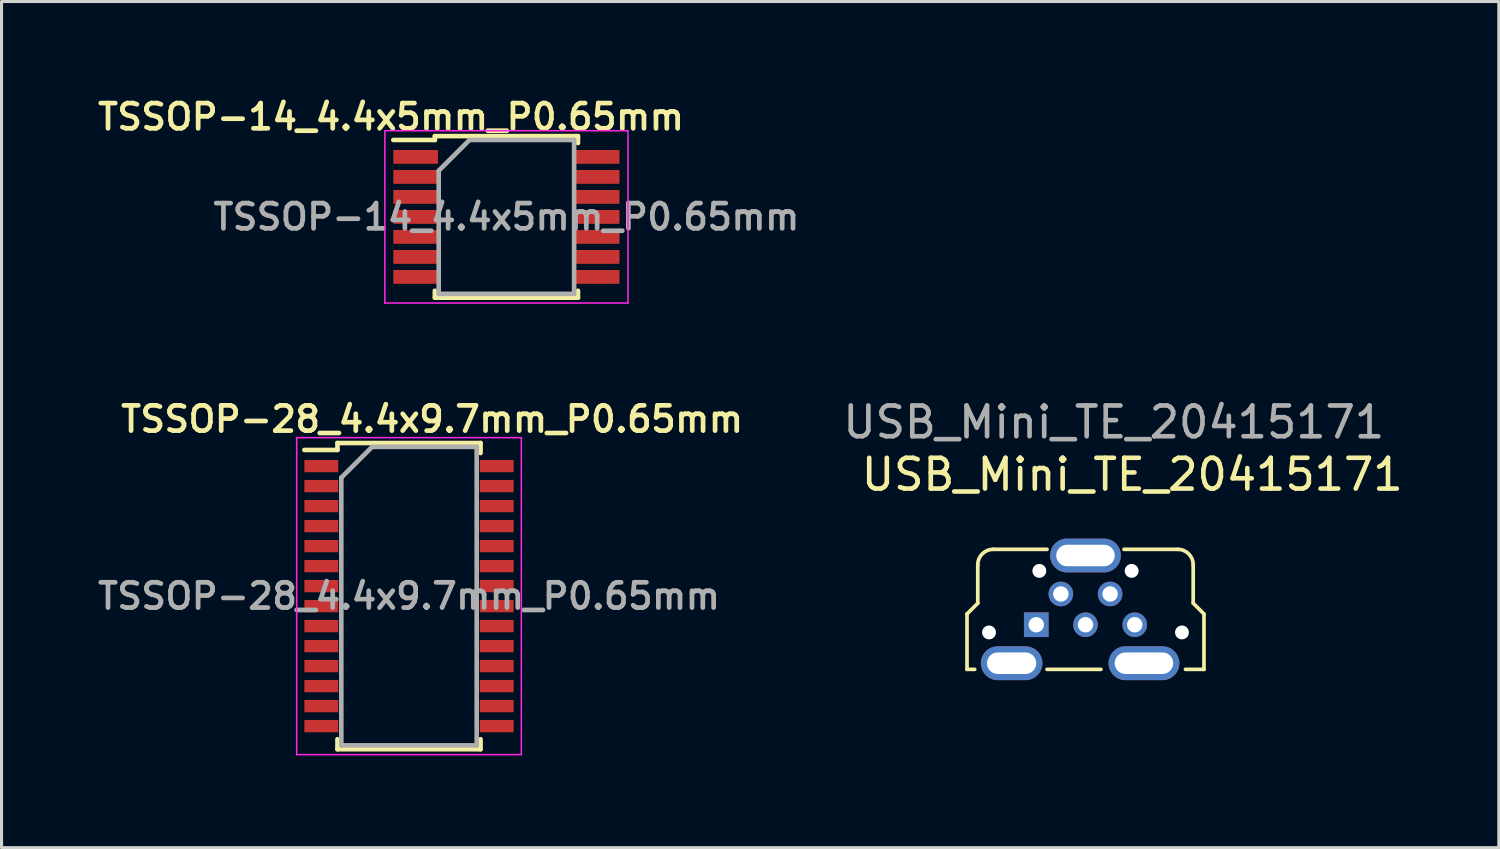
<source format=kicad_pcb>
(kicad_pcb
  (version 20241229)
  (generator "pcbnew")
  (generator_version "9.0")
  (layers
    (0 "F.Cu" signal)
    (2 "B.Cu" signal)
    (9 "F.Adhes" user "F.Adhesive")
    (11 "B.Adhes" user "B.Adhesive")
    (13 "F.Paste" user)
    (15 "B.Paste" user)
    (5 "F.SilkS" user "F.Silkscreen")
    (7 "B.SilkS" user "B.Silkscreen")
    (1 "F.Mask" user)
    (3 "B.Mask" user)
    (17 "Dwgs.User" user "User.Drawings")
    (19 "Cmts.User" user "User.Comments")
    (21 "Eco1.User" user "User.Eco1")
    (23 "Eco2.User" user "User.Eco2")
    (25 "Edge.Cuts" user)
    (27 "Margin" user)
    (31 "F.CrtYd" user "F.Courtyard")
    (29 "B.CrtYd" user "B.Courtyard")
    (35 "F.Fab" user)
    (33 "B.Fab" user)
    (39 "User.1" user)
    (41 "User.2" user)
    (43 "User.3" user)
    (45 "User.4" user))
  (footprint "TSSOP-28_4.4x9.7mm_P0.65mm"
    (layer "F.Cu")
    (at 10.241 16.321)
    (property "Reference" "TSSOP-28_4.4x9.7mm_P0.65mm" (at 0.75 -5.75 0) (layer "F.SilkS") (effects (font (size 0.82 0.82) (thickness 0.153))))
    (attr smd)
    (fp_line (start -2.325 -4.975) (end -2.325 -4.75) (stroke (width 0.15) (type solid)) (layer "F.SilkS"))
    (fp_line (start -2.325 -4.975) (end 2.325 -4.975) (stroke (width 0.15) (type solid)) (layer "F.SilkS"))
    (fp_line (start -2.325 -4.75) (end -3.4 -4.75) (stroke (width 0.15) (type solid)) (layer "F.SilkS"))
    (fp_line (start -2.325 4.975) (end -2.325 4.65) (stroke (width 0.15) (type solid)) (layer "F.SilkS"))
    (fp_line (start -2.325 4.975) (end 2.325 4.975) (stroke (width 0.15) (type solid)) (layer "F.SilkS"))
    (fp_line (start 2.325 -4.975) (end 2.325 -4.65) (stroke (width 0.15) (type solid)) (layer "F.SilkS"))
    (fp_line (start 2.325 4.975) (end 2.325 4.65) (stroke (width 0.15) (type solid)) (layer "F.SilkS"))
    (fp_line (start -3.65 -5.15) (end -3.65 5.15) (stroke (width 0.05) (type solid)) (layer "F.CrtYd"))
    (fp_line (start -3.65 -5.15) (end 3.65 -5.15) (stroke (width 0.05) (type solid)) (layer "F.CrtYd"))
    (fp_line (start -3.65 5.15) (end 3.65 5.15) (stroke (width 0.05) (type solid)) (layer "F.CrtYd"))
    (fp_line (start 3.65 -5.15) (end 3.65 5.15) (stroke (width 0.05) (type solid)) (layer "F.CrtYd"))
    (fp_line (start -2.2 -3.85) (end -1.2 -4.85) (stroke (width 0.15) (type solid)) (layer "F.Fab"))
    (fp_line (start -2.2 4.85) (end -2.2 -3.85) (stroke (width 0.15) (type solid)) (layer "F.Fab"))
    (fp_line (start -1.2 -4.85) (end 2.2 -4.85) (stroke (width 0.15) (type solid)) (layer "F.Fab"))
    (fp_line (start 2.2 -4.85) (end 2.2 4.85) (stroke (width 0.15) (type solid)) (layer "F.Fab"))
    (fp_line (start 2.2 4.85) (end -2.2 4.85) (stroke (width 0.15) (type solid)) (layer "F.Fab"))
    (fp_text user "${REFERENCE}" (at 0 0 0) (layer "F.Fab") (effects (font (size 0.82 0.82) (thickness 0.153))))
    (pad "1" smd rect (at -2.85 -4.225) (size 1.1 0.4) (layers "F.Cu" "F.Mask" "F.Paste"))
    (pad "2" smd rect (at -2.85 -3.575) (size 1.1 0.4) (layers "F.Cu" "F.Mask" "F.Paste"))
    (pad "3" smd rect (at -2.85 -2.925) (size 1.1 0.4) (layers "F.Cu" "F.Mask" "F.Paste"))
    (pad "4" smd rect (at -2.85 -2.275) (size 1.1 0.4) (layers "F.Cu" "F.Mask" "F.Paste"))
    (pad "5" smd rect (at -2.85 -1.625) (size 1.1 0.4) (layers "F.Cu" "F.Mask" "F.Paste"))
    (pad "6" smd rect (at -2.85 -0.975) (size 1.1 0.4) (layers "F.Cu" "F.Mask" "F.Paste"))
    (pad "7" smd rect (at -2.85 -0.325) (size 1.1 0.4) (layers "F.Cu" "F.Mask" "F.Paste"))
    (pad "8" smd rect (at -2.85 0.325) (size 1.1 0.4) (layers "F.Cu" "F.Mask" "F.Paste"))
    (pad "9" smd rect (at -2.85 0.975) (size 1.1 0.4) (layers "F.Cu" "F.Mask" "F.Paste"))
    (pad "10" smd rect (at -2.85 1.625) (size 1.1 0.4) (layers "F.Cu" "F.Mask" "F.Paste"))
    (pad "11" smd rect (at -2.85 2.275) (size 1.1 0.4) (layers "F.Cu" "F.Mask" "F.Paste"))
    (pad "12" smd rect (at -2.85 2.925) (size 1.1 0.4) (layers "F.Cu" "F.Mask" "F.Paste"))
    (pad "13" smd rect (at -2.85 3.575) (size 1.1 0.4) (layers "F.Cu" "F.Mask" "F.Paste"))
    (pad "14" smd rect (at -2.85 4.225) (size 1.1 0.4) (layers "F.Cu" "F.Mask" "F.Paste"))
    (pad "15" smd rect (at 2.85 4.225) (size 1.1 0.4) (layers "F.Cu" "F.Mask" "F.Paste"))
    (pad "16" smd rect (at 2.85 3.575) (size 1.1 0.4) (layers "F.Cu" "F.Mask" "F.Paste"))
    (pad "17" smd rect (at 2.85 2.925) (size 1.1 0.4) (layers "F.Cu" "F.Mask" "F.Paste"))
    (pad "18" smd rect (at 2.85 2.275) (size 1.1 0.4) (layers "F.Cu" "F.Mask" "F.Paste"))
    (pad "19" smd rect (at 2.85 1.625) (size 1.1 0.4) (layers "F.Cu" "F.Mask" "F.Paste"))
    (pad "20" smd rect (at 2.85 0.975) (size 1.1 0.4) (layers "F.Cu" "F.Mask" "F.Paste"))
    (pad "21" smd rect (at 2.85 0.325) (size 1.1 0.4) (layers "F.Cu" "F.Mask" "F.Paste"))
    (pad "22" smd rect (at 2.85 -0.325) (size 1.1 0.4) (layers "F.Cu" "F.Mask" "F.Paste"))
    (pad "23" smd rect (at 2.85 -0.975) (size 1.1 0.4) (layers "F.Cu" "F.Mask" "F.Paste"))
    (pad "24" smd rect (at 2.85 -1.625) (size 1.1 0.4) (layers "F.Cu" "F.Mask" "F.Paste"))
    (pad "25" smd rect (at 2.85 -2.275) (size 1.1 0.4) (layers "F.Cu" "F.Mask" "F.Paste"))
    (pad "26" smd rect (at 2.85 -2.925) (size 1.1 0.4) (layers "F.Cu" "F.Mask" "F.Paste"))
    (pad "27" smd rect (at 2.85 -3.575) (size 1.1 0.4) (layers "F.Cu" "F.Mask" "F.Paste"))
    (pad "28" smd rect (at 2.85 -4.225) (size 1.1 0.4) (layers "F.Cu" "F.Mask" "F.Paste")))
  (footprint "TSSOP-14_4.4x5mm_P0.65mm"
    (layer "F.Cu")
    (at 13.406 3.998)
    (property "Reference" "TSSOP-14_4.4x5mm_P0.65mm" (at -3.75 -3.25 0) (layer "F.SilkS") (effects (font (size 0.82 0.82) (thickness 0.153))))
    (attr smd)
    (fp_line (start -2.325 -2.625) (end -2.325 -2.5) (stroke (width 0.15) (type solid)) (layer "F.SilkS"))
    (fp_line (start -2.325 -2.625) (end 2.325 -2.625) (stroke (width 0.15) (type solid)) (layer "F.SilkS"))
    (fp_line (start -2.325 -2.5) (end -3.675 -2.5) (stroke (width 0.15) (type solid)) (layer "F.SilkS"))
    (fp_line (start -2.325 2.625) (end -2.325 2.4) (stroke (width 0.15) (type solid)) (layer "F.SilkS"))
    (fp_line (start -2.325 2.625) (end 2.325 2.625) (stroke (width 0.15) (type solid)) (layer "F.SilkS"))
    (fp_line (start 2.325 -2.625) (end 2.325 -2.4) (stroke (width 0.15) (type solid)) (layer "F.SilkS"))
    (fp_line (start 2.325 2.625) (end 2.325 2.4) (stroke (width 0.15) (type solid)) (layer "F.SilkS"))
    (fp_line (start -3.95 -2.8) (end -3.95 2.8) (stroke (width 0.05) (type solid)) (layer "F.CrtYd"))
    (fp_line (start -3.95 -2.8) (end 3.95 -2.8) (stroke (width 0.05) (type solid)) (layer "F.CrtYd"))
    (fp_line (start -3.95 2.8) (end 3.95 2.8) (stroke (width 0.05) (type solid)) (layer "F.CrtYd"))
    (fp_line (start 3.95 -2.8) (end 3.95 2.8) (stroke (width 0.05) (type solid)) (layer "F.CrtYd"))
    (fp_line (start -2.2 -1.5) (end -1.2 -2.5) (stroke (width 0.15) (type solid)) (layer "F.Fab"))
    (fp_line (start -2.2 2.5) (end -2.2 -1.5) (stroke (width 0.15) (type solid)) (layer "F.Fab"))
    (fp_line (start -1.2 -2.5) (end 2.2 -2.5) (stroke (width 0.15) (type solid)) (layer "F.Fab"))
    (fp_line (start 2.2 -2.5) (end 2.2 2.5) (stroke (width 0.15) (type solid)) (layer "F.Fab"))
    (fp_line (start 2.2 2.5) (end -2.2 2.5) (stroke (width 0.15) (type solid)) (layer "F.Fab"))
    (fp_text user "${REFERENCE}" (at 0 0 180) (layer "F.Fab") (effects (font (size 0.82 0.82) (thickness 0.153))))
    (pad "1" smd rect (at -2.95 -1.95) (size 1.45 0.45) (layers "F.Cu" "F.Mask" "F.Paste"))
    (pad "2" smd rect (at -2.95 -1.3) (size 1.45 0.45) (layers "F.Cu" "F.Mask" "F.Paste"))
    (pad "3" smd rect (at -2.95 -0.65) (size 1.45 0.45) (layers "F.Cu" "F.Mask" "F.Paste"))
    (pad "4" smd rect (at -2.95 0) (size 1.45 0.45) (layers "F.Cu" "F.Mask" "F.Paste"))
    (pad "5" smd rect (at -2.95 0.65) (size 1.45 0.45) (layers "F.Cu" "F.Mask" "F.Paste"))
    (pad "6" smd rect (at -2.95 1.3) (size 1.45 0.45) (layers "F.Cu" "F.Mask" "F.Paste"))
    (pad "7" smd rect (at -2.95 1.95) (size 1.45 0.45) (layers "F.Cu" "F.Mask" "F.Paste"))
    (pad "8" smd rect (at 2.95 1.95) (size 1.45 0.45) (layers "F.Cu" "F.Mask" "F.Paste"))
    (pad "9" smd rect (at 2.95 1.3) (size 1.45 0.45) (layers "F.Cu" "F.Mask" "F.Paste"))
    (pad "10" smd rect (at 2.95 0.65) (size 1.45 0.45) (layers "F.Cu" "F.Mask" "F.Paste"))
    (pad "11" smd rect (at 2.95 0) (size 1.45 0.45) (layers "F.Cu" "F.Mask" "F.Paste"))
    (pad "12" smd rect (at 2.95 -0.65) (size 1.45 0.45) (layers "F.Cu" "F.Mask" "F.Paste"))
    (pad "13" smd rect (at 2.95 -1.3) (size 1.45 0.45) (layers "F.Cu" "F.Mask" "F.Paste"))
    (pad "14" smd rect (at 2.95 -1.95) (size 1.45 0.45) (layers "F.Cu" "F.Mask" "F.Paste")))
  (footprint "USB_Mini_TE_20415171"
    (layer "F.Cu")
    (at 32.223 17.251)
    (property "Reference" "USB_Mini_TE_20415171" (at 1.52 -4.88 0) (layer "F.SilkS") (effects (font (size 1 1) (thickness 0.15))))
    (attr through_hole)
    (fp_line (start -3.85 1.45) (end -3.85 -0.35) (stroke (width 0.12) (type solid)) (layer "F.SilkS"))
    (fp_line (start -3.85 1.45) (end -3.6 1.45) (stroke (width 0.12) (type solid)) (layer "F.SilkS"))
    (fp_line (start -3.5 -1.95) (end -3.5 -0.7) (stroke (width 0.12) (type solid)) (layer "F.SilkS"))
    (fp_line (start -3.5 -0.7) (end -3.85 -0.35) (stroke (width 0.12) (type solid)) (layer "F.SilkS"))
    (fp_line (start -1.25 -2.45) (end -3 -2.45) (stroke (width 0.12) (type solid)) (layer "F.SilkS"))
    (fp_line (start -1.25 1.45) (end 0.5 1.45) (stroke (width 0.12) (type solid)) (layer "F.SilkS"))
    (fp_line (start 1.25 -2.45) (end 3 -2.45) (stroke (width 0.12) (type solid)) (layer "F.SilkS"))
    (fp_line (start 3.5 -1.95) (end 3.5 -0.7) (stroke (width 0.12) (type solid)) (layer "F.SilkS"))
    (fp_line (start 3.5 -0.7) (end 3.85 -0.35) (stroke (width 0.12) (type solid)) (layer "F.SilkS"))
    (fp_line (start 3.85 1.45) (end 3.25 1.45) (stroke (width 0.12) (type solid)) (layer "F.SilkS"))
    (fp_line (start 3.85 1.45) (end 3.85 -0.35) (stroke (width 0.12) (type solid)) (layer "F.SilkS"))
    (fp_arc (start -3.5 -1.95) (mid -3.353553 -2.303553) (end -3 -2.45) (stroke (width 0.12) (type solid)) (layer "F.SilkS"))
    (fp_arc (start 3 -2.45) (mid 3.353553 -2.303553) (end 3.5 -1.95) (stroke (width 0.12) (type solid)) (layer "F.SilkS"))
    (fp_text user "${REFERENCE}" (at 0.92 -6.58 0) (layer "F.Fab") (effects (font (size 1 1) (thickness 0.15))))
    (pad "" np_thru_hole circle (at -3.135 0.25 90) (size 0.45 0.45) (drill 0.45) (layers "*.Cu" "*.Mask"))
    (pad "" np_thru_hole circle (at -1.5 -1.75 90) (size 0.45 0.45) (drill 0.45) (layers "*.Cu" "*.Mask"))
    (pad "" np_thru_hole circle (at 1.5 -1.75 90) (size 0.45 0.45) (drill 0.45) (layers "*.Cu" "*.Mask"))
    (pad "" np_thru_hole circle (at 3.135 0.25 90) (size 0.45 0.45) (drill 0.45) (layers "*.Cu" "*.Mask"))
    (pad "1" thru_hole circle (at 1.6 0) (size 0.8 0.8) (drill 0.5) (layers "*.Cu" "*.Mask"))
    (pad "2" thru_hole circle (at 0.8 -1) (size 0.8 0.8) (drill 0.5) (layers "*.Cu" "*.Mask"))
    (pad "3" thru_hole circle (at 0 0) (size 0.8 0.8) (drill 0.5) (layers "*.Cu" "*.Mask"))
    (pad "4" thru_hole circle (at -0.8 -1) (size 0.8 0.8) (drill 0.5) (layers "*.Cu" "*.Mask"))
    (pad "5" thru_hole rect (at -1.6 0) (size 0.8 0.8) (drill 0.5) (layers "*.Cu" "*.Mask"))
    (pad "6" thru_hole oval (at -2.4 1.25 90) (size 1.1 2) (drill oval 0.7 1.6) (layers "*.Cu" "*.Mask"))
    (pad "6" thru_hole oval (at 0 -2.25 90) (size 1.1 2.3) (drill oval 0.7 1.9) (layers "*.Cu" "*.Mask"))
    (pad "6" thru_hole oval (at 1.9 1.25 90) (size 1.1 2.3) (drill oval 0.7 1.9) (layers "*.Cu" "*.Mask")))
  (gr_rect
    (start -3 -3)
    (end 45.654 24.496)
    (stroke (width 0.1) (type default))
    (fill no)
    (layer "Edge.Cuts")))
</source>
